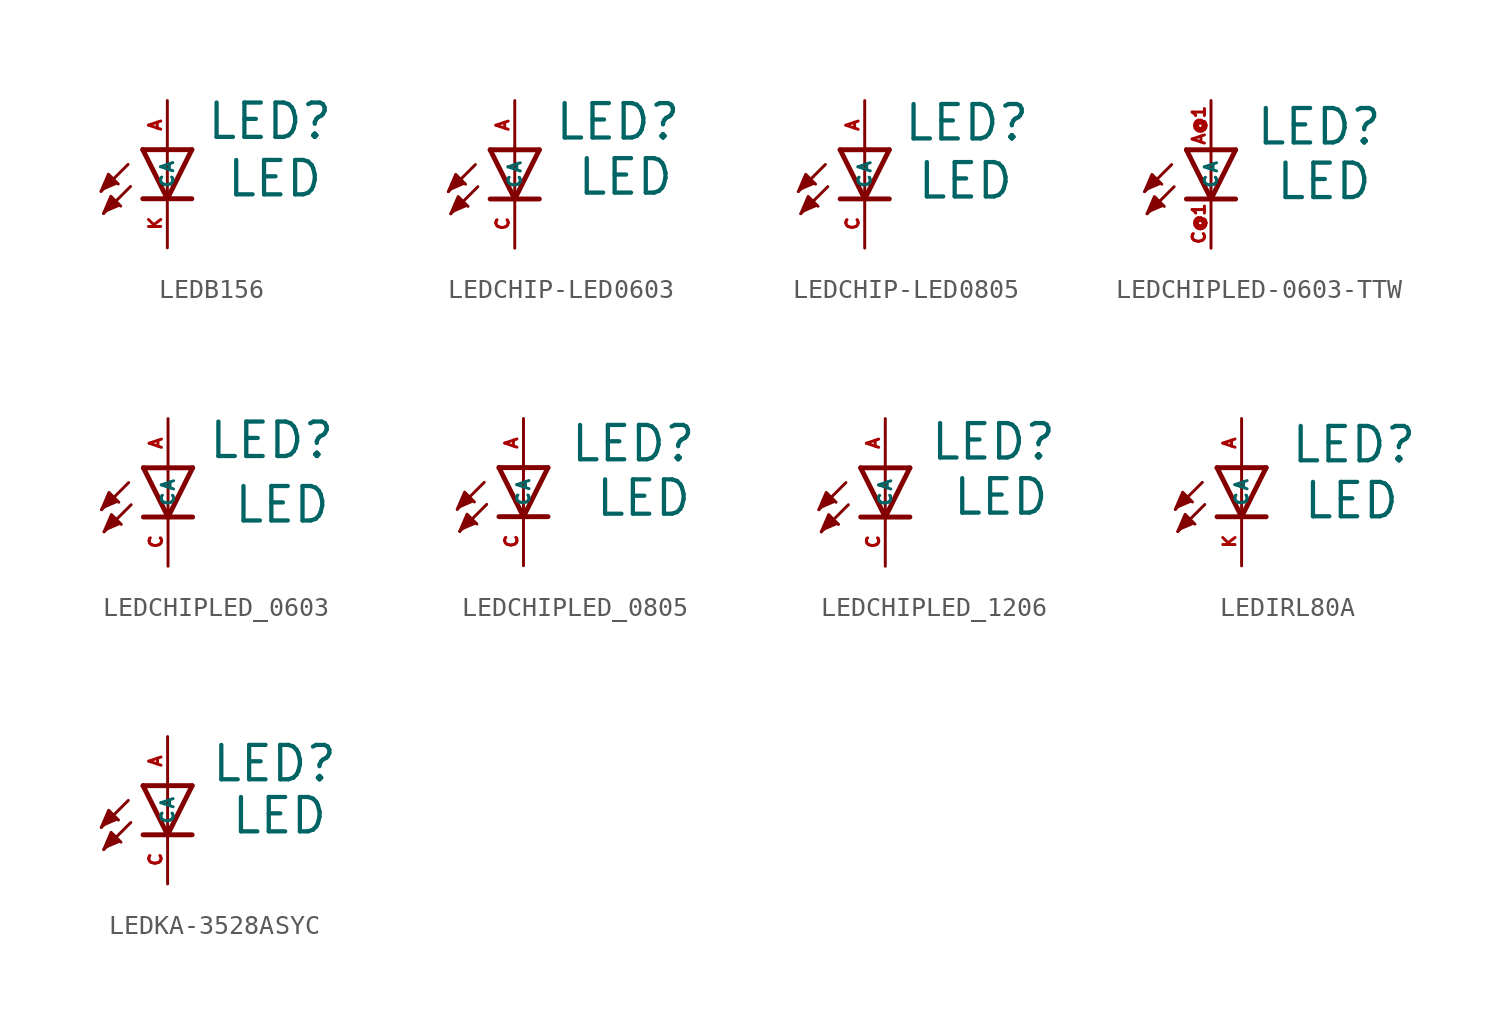
<source format=kicad_sym>
(kicad_symbol_lib
  (version 20220914)
  (generator kicad_symbol_editor)
  (symbol "LEDB156"
    (property "Reference" "LED"
      (at 1.981 0.432 0)
      (effects (font (size 1.778 1.778) (thickness 0.22)) (justify left bottom)))
    (property "Value" "LED"
      (at 2.997 -2.54 0)
      (effects (font (size 1.778 1.778) (thickness 0.22)) (justify left bottom)))
    (symbol "LEDB156_1_1"
      (polyline (pts (xy -2.032 -0.762) (xy -3.429 -2.159)) (stroke (width 0.152) (type default)) (fill (type none)))
      (polyline (pts (xy -1.905 -1.905) (xy -3.302 -3.302)) (stroke (width 0.152) (type default)) (fill (type none)))
      (polyline (pts (xy 0 -2.54) (xy -1.27 -2.54)) (stroke (width 0.254) (type default)) (fill (type none)))
      (polyline (pts (xy 0 -2.54) (xy -1.27 0)) (stroke (width 0.254) (type default)) (fill (type none)))
      (polyline (pts (xy 0 0) (xy -1.27 0)) (stroke (width 0.254) (type default)) (fill (type none)))
      (polyline (pts (xy 0 0) (xy 0 -2.54)) (stroke (width 0.152) (type default)) (fill (type none)))
      (polyline (pts (xy 1.27 -2.54) (xy 0 -2.54)) (stroke (width 0.254) (type default)) (fill (type none)))
      (polyline (pts (xy 1.27 0) (xy 0 -2.54)) (stroke (width 0.254) (type default)) (fill (type none)))
      (polyline (pts (xy 1.27 0) (xy 0 0)) (stroke (width 0.254) (type default)) (fill (type none)))
      (polyline (pts (xy -3.429 -2.159) (xy -3.048 -1.27) (xy -2.54 -1.778)) (stroke (width 0.152) (type default)) (fill (type outline)))
      (polyline (pts (xy -3.302 -3.302) (xy -2.921 -2.413) (xy -2.413 -2.921)) (stroke (width 0.152) (type default)) (fill (type outline)))
      (pin passive line (at 0 2.54 270) (length 2.54) (name "A" (effects (font (size 0.635 0.635)))) (number "A" (effects (font (size 0.635 0.635)))))
      (pin passive line (at 0 -5.08 90) (length 2.54) (name "C" (effects (font (size 0.635 0.635)))) (number "K" (effects (font (size 0.635 0.635)))))))
  (symbol "LEDCHIP-LED0603"
    (property "Reference" "LED"
      (at 2.007 0.406 0)
      (effects (font (size 1.778 1.778) (thickness 0.22)) (justify left bottom)))
    (property "Value" "LED"
      (at 3.15 -2.438 0)
      (effects (font (size 1.778 1.778) (thickness 0.22)) (justify left bottom)))
    (symbol "LEDCHIP-LED0603_1_1"
      (polyline (pts (xy -2.032 -0.762) (xy -3.429 -2.159)) (stroke (width 0.152) (type default)) (fill (type none)))
      (polyline (pts (xy -1.905 -1.905) (xy -3.302 -3.302)) (stroke (width 0.152) (type default)) (fill (type none)))
      (polyline (pts (xy 0 -2.54) (xy -1.27 -2.54)) (stroke (width 0.254) (type default)) (fill (type none)))
      (polyline (pts (xy 0 -2.54) (xy -1.27 0)) (stroke (width 0.254) (type default)) (fill (type none)))
      (polyline (pts (xy 0 0) (xy -1.27 0)) (stroke (width 0.254) (type default)) (fill (type none)))
      (polyline (pts (xy 0 0) (xy 0 -2.54)) (stroke (width 0.152) (type default)) (fill (type none)))
      (polyline (pts (xy 1.27 -2.54) (xy 0 -2.54)) (stroke (width 0.254) (type default)) (fill (type none)))
      (polyline (pts (xy 1.27 0) (xy 0 -2.54)) (stroke (width 0.254) (type default)) (fill (type none)))
      (polyline (pts (xy 1.27 0) (xy 0 0)) (stroke (width 0.254) (type default)) (fill (type none)))
      (polyline (pts (xy -3.429 -2.159) (xy -3.048 -1.27) (xy -2.54 -1.778)) (stroke (width 0.152) (type default)) (fill (type outline)))
      (polyline (pts (xy -3.302 -3.302) (xy -2.921 -2.413) (xy -2.413 -2.921)) (stroke (width 0.152) (type default)) (fill (type outline)))
      (pin passive line (at 0 2.54 270) (length 2.54) (name "A" (effects (font (size 0.635 0.635)))) (number "A" (effects (font (size 0.635 0.635)))))
      (pin passive line (at 0 -5.08 90) (length 2.54) (name "C" (effects (font (size 0.635 0.635)))) (number "C" (effects (font (size 0.635 0.635)))))))
  (symbol "LEDCHIP-LED0805"
    (property "Reference" "LED"
      (at 1.956 0.356 0)
      (effects (font (size 1.778 1.778) (thickness 0.22)) (justify left bottom)))
    (property "Value" "LED"
      (at 2.642 -2.642 0)
      (effects (font (size 1.778 1.778) (thickness 0.22)) (justify left bottom)))
    (symbol "LEDCHIP-LED0805_1_1"
      (polyline (pts (xy -2.032 -0.762) (xy -3.429 -2.159)) (stroke (width 0.152) (type default)) (fill (type none)))
      (polyline (pts (xy -1.905 -1.905) (xy -3.302 -3.302)) (stroke (width 0.152) (type default)) (fill (type none)))
      (polyline (pts (xy 0 -2.54) (xy -1.27 -2.54)) (stroke (width 0.254) (type default)) (fill (type none)))
      (polyline (pts (xy 0 -2.54) (xy -1.27 0)) (stroke (width 0.254) (type default)) (fill (type none)))
      (polyline (pts (xy 0 0) (xy -1.27 0)) (stroke (width 0.254) (type default)) (fill (type none)))
      (polyline (pts (xy 0 0) (xy 0 -2.54)) (stroke (width 0.152) (type default)) (fill (type none)))
      (polyline (pts (xy 1.27 -2.54) (xy 0 -2.54)) (stroke (width 0.254) (type default)) (fill (type none)))
      (polyline (pts (xy 1.27 0) (xy 0 -2.54)) (stroke (width 0.254) (type default)) (fill (type none)))
      (polyline (pts (xy 1.27 0) (xy 0 0)) (stroke (width 0.254) (type default)) (fill (type none)))
      (polyline (pts (xy -3.429 -2.159) (xy -3.048 -1.27) (xy -2.54 -1.778)) (stroke (width 0.152) (type default)) (fill (type outline)))
      (polyline (pts (xy -3.302 -3.302) (xy -2.921 -2.413) (xy -2.413 -2.921)) (stroke (width 0.152) (type default)) (fill (type outline)))
      (pin passive line (at 0 2.54 270) (length 2.54) (name "A" (effects (font (size 0.635 0.635)))) (number "A" (effects (font (size 0.635 0.635)))))
      (pin passive line (at 0 -5.08 90) (length 2.54) (name "C" (effects (font (size 0.635 0.635)))) (number "C" (effects (font (size 0.635 0.635)))))))
  (symbol "LEDCHIPLED-0603-TTW"
    (property "Reference" "LED"
      (at 2.261 0.152 0)
      (effects (font (size 1.778 1.778) (thickness 0.22)) (justify left bottom)))
    (property "Value" "LED"
      (at 3.277 -2.667 0)
      (effects (font (size 1.778 1.778) (thickness 0.22)) (justify left bottom)))
    (symbol "LEDCHIPLED-0603-TTW_1_1"
      (polyline (pts (xy -2.032 -0.762) (xy -3.429 -2.159)) (stroke (width 0.152) (type default)) (fill (type none)))
      (polyline (pts (xy -1.905 -1.905) (xy -3.302 -3.302)) (stroke (width 0.152) (type default)) (fill (type none)))
      (polyline (pts (xy 0 -2.54) (xy -1.27 -2.54)) (stroke (width 0.254) (type default)) (fill (type none)))
      (polyline (pts (xy 0 -2.54) (xy -1.27 0)) (stroke (width 0.254) (type default)) (fill (type none)))
      (polyline (pts (xy 0 0) (xy -1.27 0)) (stroke (width 0.254) (type default)) (fill (type none)))
      (polyline (pts (xy 0 0) (xy 0 -2.54)) (stroke (width 0.152) (type default)) (fill (type none)))
      (polyline (pts (xy 1.27 -2.54) (xy 0 -2.54)) (stroke (width 0.254) (type default)) (fill (type none)))
      (polyline (pts (xy 1.27 0) (xy 0 -2.54)) (stroke (width 0.254) (type default)) (fill (type none)))
      (polyline (pts (xy 1.27 0) (xy 0 0)) (stroke (width 0.254) (type default)) (fill (type none)))
      (polyline (pts (xy -3.429 -2.159) (xy -3.048 -1.27) (xy -2.54 -1.778)) (stroke (width 0.152) (type default)) (fill (type outline)))
      (polyline (pts (xy -3.302 -3.302) (xy -2.921 -2.413) (xy -2.413 -2.921)) (stroke (width 0.152) (type default)) (fill (type outline)))
      (pin passive line (at 0 2.54 270) (length 2.54) (name "A" (effects (font (size 0.635 0.635)))) (number "A@1" (effects (font (size 0.635 0.635)))))
      (pin passive line (at 0 -5.08 90) (length 2.54) (name "C" (effects (font (size 0.635 0.635)))) (number "C@1" (effects (font (size 0.635 0.635)))))))
  (symbol "LEDCHIPLED_0603"
    (property "Reference" "LED"
      (at 2.032 0.381 0)
      (effects (font (size 1.778 1.778) (thickness 0.22)) (justify left bottom)))
    (property "Value" "LED"
      (at 3.327 -2.946 0)
      (effects (font (size 1.778 1.778) (thickness 0.22)) (justify left bottom)))
    (symbol "LEDCHIPLED_0603_1_1"
      (polyline (pts (xy -2.032 -0.762) (xy -3.429 -2.159)) (stroke (width 0.152) (type default)) (fill (type none)))
      (polyline (pts (xy -1.905 -1.905) (xy -3.302 -3.302)) (stroke (width 0.152) (type default)) (fill (type none)))
      (polyline (pts (xy 0 -2.54) (xy -1.27 -2.54)) (stroke (width 0.254) (type default)) (fill (type none)))
      (polyline (pts (xy 0 -2.54) (xy -1.27 0)) (stroke (width 0.254) (type default)) (fill (type none)))
      (polyline (pts (xy 0 0) (xy -1.27 0)) (stroke (width 0.254) (type default)) (fill (type none)))
      (polyline (pts (xy 0 0) (xy 0 -2.54)) (stroke (width 0.152) (type default)) (fill (type none)))
      (polyline (pts (xy 1.27 -2.54) (xy 0 -2.54)) (stroke (width 0.254) (type default)) (fill (type none)))
      (polyline (pts (xy 1.27 0) (xy 0 -2.54)) (stroke (width 0.254) (type default)) (fill (type none)))
      (polyline (pts (xy 1.27 0) (xy 0 0)) (stroke (width 0.254) (type default)) (fill (type none)))
      (polyline (pts (xy -3.429 -2.159) (xy -3.048 -1.27) (xy -2.54 -1.778)) (stroke (width 0.152) (type default)) (fill (type outline)))
      (polyline (pts (xy -3.302 -3.302) (xy -2.921 -2.413) (xy -2.413 -2.921)) (stroke (width 0.152) (type default)) (fill (type outline)))
      (pin passive line (at 0 2.54 270) (length 2.54) (name "A" (effects (font (size 0.635 0.635)))) (number "A" (effects (font (size 0.635 0.635)))))
      (pin passive line (at 0 -5.08 90) (length 2.54) (name "C" (effects (font (size 0.635 0.635)))) (number "C" (effects (font (size 0.635 0.635)))))))
  (symbol "LEDCHIPLED_0805"
    (property "Reference" "LED"
      (at 2.362 0.203 0)
      (effects (font (size 1.778 1.778) (thickness 0.22)) (justify left bottom)))
    (property "Value" "LED"
      (at 3.658 -2.616 0)
      (effects (font (size 1.778 1.778) (thickness 0.22)) (justify left bottom)))
    (symbol "LEDCHIPLED_0805_1_1"
      (polyline (pts (xy -2.032 -0.762) (xy -3.429 -2.159)) (stroke (width 0.152) (type default)) (fill (type none)))
      (polyline (pts (xy -1.905 -1.905) (xy -3.302 -3.302)) (stroke (width 0.152) (type default)) (fill (type none)))
      (polyline (pts (xy 0 -2.54) (xy -1.27 -2.54)) (stroke (width 0.254) (type default)) (fill (type none)))
      (polyline (pts (xy 0 -2.54) (xy -1.27 0)) (stroke (width 0.254) (type default)) (fill (type none)))
      (polyline (pts (xy 0 0) (xy -1.27 0)) (stroke (width 0.254) (type default)) (fill (type none)))
      (polyline (pts (xy 0 0) (xy 0 -2.54)) (stroke (width 0.152) (type default)) (fill (type none)))
      (polyline (pts (xy 1.27 -2.54) (xy 0 -2.54)) (stroke (width 0.254) (type default)) (fill (type none)))
      (polyline (pts (xy 1.27 0) (xy 0 -2.54)) (stroke (width 0.254) (type default)) (fill (type none)))
      (polyline (pts (xy 1.27 0) (xy 0 0)) (stroke (width 0.254) (type default)) (fill (type none)))
      (polyline (pts (xy -3.429 -2.159) (xy -3.048 -1.27) (xy -2.54 -1.778)) (stroke (width 0.152) (type default)) (fill (type outline)))
      (polyline (pts (xy -3.302 -3.302) (xy -2.921 -2.413) (xy -2.413 -2.921)) (stroke (width 0.152) (type default)) (fill (type outline)))
      (pin passive line (at 0 2.54 270) (length 2.54) (name "A" (effects (font (size 0.635 0.635)))) (number "A" (effects (font (size 0.635 0.635)))))
      (pin passive line (at 0 -5.08 90) (length 2.54) (name "C" (effects (font (size 0.635 0.635)))) (number "C" (effects (font (size 0.635 0.635)))))))
  (symbol "LEDCHIPLED_1206"
    (property "Reference" "LED"
      (at 2.261 0.305 0)
      (effects (font (size 1.778 1.778) (thickness 0.22)) (justify left bottom)))
    (property "Value" "LED"
      (at 3.404 -2.54 0)
      (effects (font (size 1.778 1.778) (thickness 0.22)) (justify left bottom)))
    (symbol "LEDCHIPLED_1206_1_1"
      (polyline (pts (xy -2.032 -0.762) (xy -3.429 -2.159)) (stroke (width 0.152) (type default)) (fill (type none)))
      (polyline (pts (xy -1.905 -1.905) (xy -3.302 -3.302)) (stroke (width 0.152) (type default)) (fill (type none)))
      (polyline (pts (xy 0 -2.54) (xy -1.27 -2.54)) (stroke (width 0.254) (type default)) (fill (type none)))
      (polyline (pts (xy 0 -2.54) (xy -1.27 0)) (stroke (width 0.254) (type default)) (fill (type none)))
      (polyline (pts (xy 0 0) (xy -1.27 0)) (stroke (width 0.254) (type default)) (fill (type none)))
      (polyline (pts (xy 0 0) (xy 0 -2.54)) (stroke (width 0.152) (type default)) (fill (type none)))
      (polyline (pts (xy 1.27 -2.54) (xy 0 -2.54)) (stroke (width 0.254) (type default)) (fill (type none)))
      (polyline (pts (xy 1.27 0) (xy 0 -2.54)) (stroke (width 0.254) (type default)) (fill (type none)))
      (polyline (pts (xy 1.27 0) (xy 0 0)) (stroke (width 0.254) (type default)) (fill (type none)))
      (polyline (pts (xy -3.429 -2.159) (xy -3.048 -1.27) (xy -2.54 -1.778)) (stroke (width 0.152) (type default)) (fill (type outline)))
      (polyline (pts (xy -3.302 -3.302) (xy -2.921 -2.413) (xy -2.413 -2.921)) (stroke (width 0.152) (type default)) (fill (type outline)))
      (pin passive line (at 0 2.54 270) (length 2.54) (name "A" (effects (font (size 0.635 0.635)))) (number "A" (effects (font (size 0.635 0.635)))))
      (pin passive line (at 0 -5.08 90) (length 2.54) (name "C" (effects (font (size 0.635 0.635)))) (number "C" (effects (font (size 0.635 0.635)))))))
  (symbol "LEDIRL80A"
    (property "Reference" "LED"
      (at 2.489 0.152 0)
      (effects (font (size 1.778 1.778) (thickness 0.22)) (justify left bottom)))
    (property "Value" "LED"
      (at 3.124 -2.743 0)
      (effects (font (size 1.778 1.778) (thickness 0.22)) (justify left bottom)))
    (symbol "LEDIRL80A_1_1"
      (polyline (pts (xy -2.032 -0.762) (xy -3.429 -2.159)) (stroke (width 0.152) (type default)) (fill (type none)))
      (polyline (pts (xy -1.905 -1.905) (xy -3.302 -3.302)) (stroke (width 0.152) (type default)) (fill (type none)))
      (polyline (pts (xy 0 -2.54) (xy -1.27 -2.54)) (stroke (width 0.254) (type default)) (fill (type none)))
      (polyline (pts (xy 0 -2.54) (xy -1.27 0)) (stroke (width 0.254) (type default)) (fill (type none)))
      (polyline (pts (xy 0 0) (xy -1.27 0)) (stroke (width 0.254) (type default)) (fill (type none)))
      (polyline (pts (xy 0 0) (xy 0 -2.54)) (stroke (width 0.152) (type default)) (fill (type none)))
      (polyline (pts (xy 1.27 -2.54) (xy 0 -2.54)) (stroke (width 0.254) (type default)) (fill (type none)))
      (polyline (pts (xy 1.27 0) (xy 0 -2.54)) (stroke (width 0.254) (type default)) (fill (type none)))
      (polyline (pts (xy 1.27 0) (xy 0 0)) (stroke (width 0.254) (type default)) (fill (type none)))
      (polyline (pts (xy -3.429 -2.159) (xy -3.048 -1.27) (xy -2.54 -1.778)) (stroke (width 0.152) (type default)) (fill (type outline)))
      (polyline (pts (xy -3.302 -3.302) (xy -2.921 -2.413) (xy -2.413 -2.921)) (stroke (width 0.152) (type default)) (fill (type outline)))
      (pin passive line (at 0 2.54 270) (length 2.54) (name "A" (effects (font (size 0.635 0.635)))) (number "A" (effects (font (size 0.635 0.635)))))
      (pin passive line (at 0 -5.08 90) (length 2.54) (name "C" (effects (font (size 0.635 0.635)))) (number "K" (effects (font (size 0.635 0.635)))))))
  (symbol "LEDKA-3528ASYC"
    (property "Reference" "LED"
      (at 2.21 0.102 0)
      (effects (font (size 1.778 1.778) (thickness 0.22)) (justify left bottom)))
    (property "Value" "LED"
      (at 3.226 -2.591 0)
      (effects (font (size 1.778 1.778) (thickness 0.22)) (justify left bottom)))
    (symbol "LEDKA-3528ASYC_1_1"
      (polyline (pts (xy -2.032 -0.762) (xy -3.429 -2.159)) (stroke (width 0.152) (type default)) (fill (type none)))
      (polyline (pts (xy -1.905 -1.905) (xy -3.302 -3.302)) (stroke (width 0.152) (type default)) (fill (type none)))
      (polyline (pts (xy 0 -2.54) (xy -1.27 -2.54)) (stroke (width 0.254) (type default)) (fill (type none)))
      (polyline (pts (xy 0 -2.54) (xy -1.27 0)) (stroke (width 0.254) (type default)) (fill (type none)))
      (polyline (pts (xy 0 0) (xy -1.27 0)) (stroke (width 0.254) (type default)) (fill (type none)))
      (polyline (pts (xy 0 0) (xy 0 -2.54)) (stroke (width 0.152) (type default)) (fill (type none)))
      (polyline (pts (xy 1.27 -2.54) (xy 0 -2.54)) (stroke (width 0.254) (type default)) (fill (type none)))
      (polyline (pts (xy 1.27 0) (xy 0 -2.54)) (stroke (width 0.254) (type default)) (fill (type none)))
      (polyline (pts (xy 1.27 0) (xy 0 0)) (stroke (width 0.254) (type default)) (fill (type none)))
      (polyline (pts (xy -3.429 -2.159) (xy -3.048 -1.27) (xy -2.54 -1.778)) (stroke (width 0.152) (type default)) (fill (type outline)))
      (polyline (pts (xy -3.302 -3.302) (xy -2.921 -2.413) (xy -2.413 -2.921)) (stroke (width 0.152) (type default)) (fill (type outline)))
      (pin passive line (at 0 2.54 270) (length 2.54) (name "A" (effects (font (size 0.635 0.635)))) (number "A" (effects (font (size 0.635 0.635)))))
      (pin passive line (at 0 -5.08 90) (length 2.54) (name "C" (effects (font (size 0.635 0.635)))) (number "C" (effects (font (size 0.635 0.635))))))))
</source>
